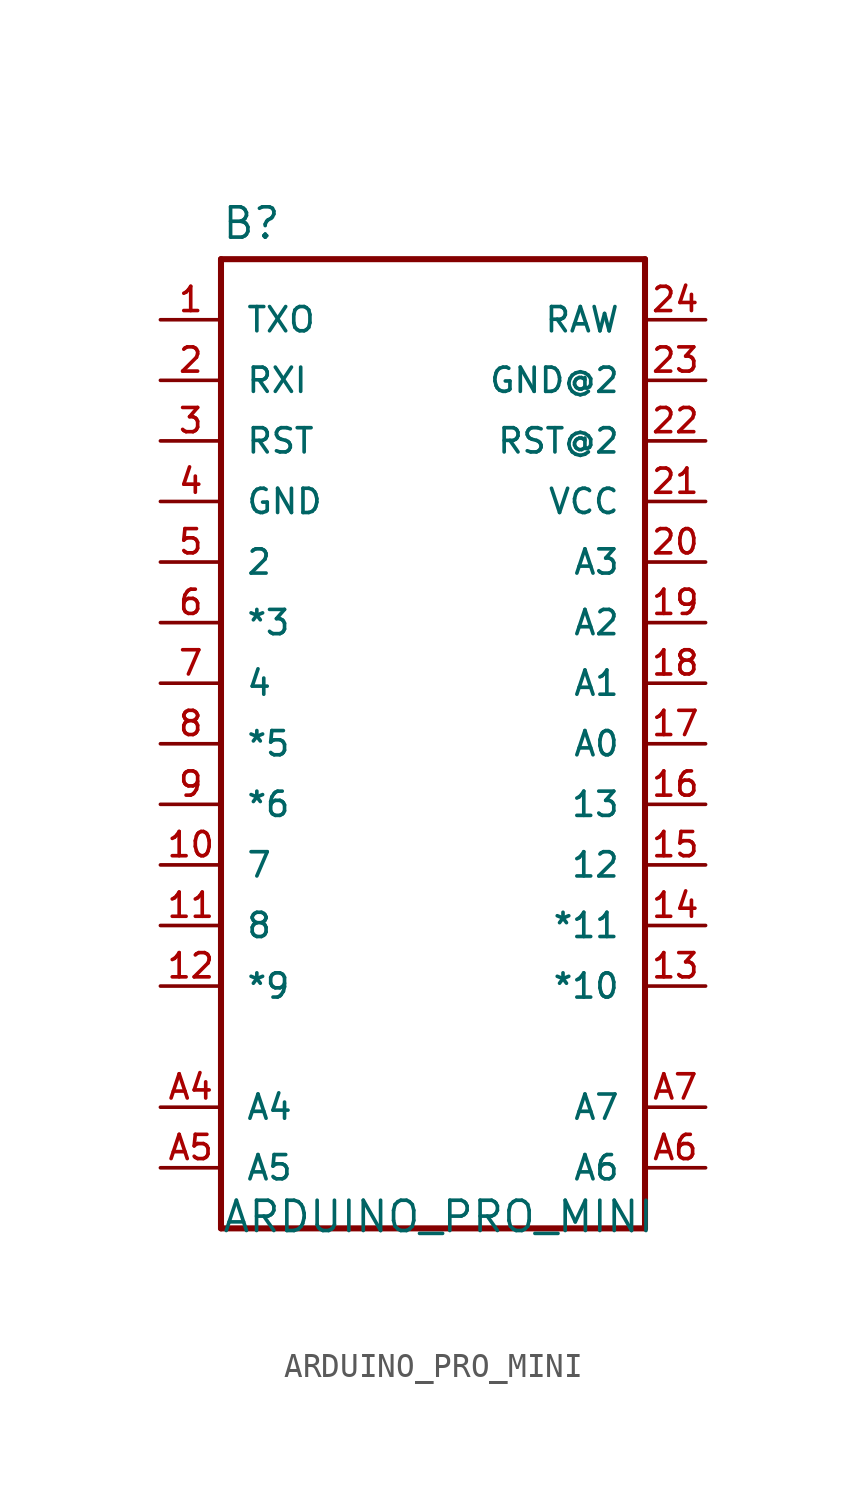
<source format=kicad_sym>
(kicad_symbol_lib
  (version 20211014)
  (generator kicad_symbol_editor)
  (symbol "ARDUINO_PRO_MINI"
    (pin_names
      (offset 1.016))
    (property "Reference" "B"
      (at -7.62 21.082 0)
      (effects (font (size 1.27 1.27)) (justify left bottom)))
    (property "Value" "ARDUINO_PRO_MINI"
      (at -7.62 -20.574 0)
      (effects (font (size 1.27 1.27)) (justify left bottom)))
    (property "ki_locked" ""
      (at 0 0 0)
      (effects (font (size 1.27 1.27))))
    (symbol "ARDUINO_PRO_MINI_0_0"
      (polyline (pts (xy -7.62 -20.32) (xy 10.16 -20.32)) (stroke (width 0.254) (type default) (color 0 0 0 0)) (fill (type none)))
      (polyline (pts (xy -7.62 20.32) (xy -7.62 -20.32)) (stroke (width 0.254) (type default) (color 0 0 0 0)) (fill (type none)))
      (polyline (pts (xy 10.16 -20.32) (xy 10.16 20.32)) (stroke (width 0.254) (type default) (color 0 0 0 0)) (fill (type none)))
      (polyline (pts (xy 10.16 20.32) (xy -7.62 20.32)) (stroke (width 0.254) (type default) (color 0 0 0 0)) (fill (type none)))
      (pin bidirectional line (at -10.16 17.78 0) (length 2.54) (name "TXO" (effects (font (size 1.016 1.016)))) (number "1" (effects (font (size 1.016 1.016)))))
      (pin bidirectional line (at -10.16 -5.08 0) (length 2.54) (name "7" (effects (font (size 1.016 1.016)))) (number "10" (effects (font (size 1.016 1.016)))))
      (pin bidirectional line (at -10.16 -7.62 0) (length 2.54) (name "8" (effects (font (size 1.016 1.016)))) (number "11" (effects (font (size 1.016 1.016)))))
      (pin bidirectional line (at -10.16 -10.16 0) (length 2.54) (name "*9" (effects (font (size 1.016 1.016)))) (number "12" (effects (font (size 1.016 1.016)))))
      (pin bidirectional line (at 12.7 -10.16 180) (length 2.54) (name "*10" (effects (font (size 1.016 1.016)))) (number "13" (effects (font (size 1.016 1.016)))))
      (pin bidirectional line (at 12.7 -7.62 180) (length 2.54) (name "*11" (effects (font (size 1.016 1.016)))) (number "14" (effects (font (size 1.016 1.016)))))
      (pin bidirectional line (at 12.7 -5.08 180) (length 2.54) (name "12" (effects (font (size 1.016 1.016)))) (number "15" (effects (font (size 1.016 1.016)))))
      (pin bidirectional line (at 12.7 -2.54 180) (length 2.54) (name "13" (effects (font (size 1.016 1.016)))) (number "16" (effects (font (size 1.016 1.016)))))
      (pin bidirectional line (at 12.7 0 180) (length 2.54) (name "A0" (effects (font (size 1.016 1.016)))) (number "17" (effects (font (size 1.016 1.016)))))
      (pin bidirectional line (at 12.7 2.54 180) (length 2.54) (name "A1" (effects (font (size 1.016 1.016)))) (number "18" (effects (font (size 1.016 1.016)))))
      (pin bidirectional line (at 12.7 5.08 180) (length 2.54) (name "A2" (effects (font (size 1.016 1.016)))) (number "19" (effects (font (size 1.016 1.016)))))
      (pin bidirectional line (at -10.16 15.24 0) (length 2.54) (name "RXI" (effects (font (size 1.016 1.016)))) (number "2" (effects (font (size 1.016 1.016)))))
      (pin bidirectional line (at 12.7 7.62 180) (length 2.54) (name "A3" (effects (font (size 1.016 1.016)))) (number "20" (effects (font (size 1.016 1.016)))))
      (pin power_in line (at 12.7 10.16 180) (length 2.54) (name "VCC" (effects (font (size 1.016 1.016)))) (number "21" (effects (font (size 1.016 1.016)))))
      (pin bidirectional line (at 12.7 12.7 180) (length 2.54) (name "RST@2" (effects (font (size 1.016 1.016)))) (number "22" (effects (font (size 1.016 1.016)))))
      (pin power_in line (at 12.7 15.24 180) (length 2.54) (name "GND@2" (effects (font (size 1.016 1.016)))) (number "23" (effects (font (size 1.016 1.016)))))
      (pin power_in line (at 12.7 17.78 180) (length 2.54) (name "RAW" (effects (font (size 1.016 1.016)))) (number "24" (effects (font (size 1.016 1.016)))))
      (pin bidirectional line (at -10.16 12.7 0) (length 2.54) (name "RST" (effects (font (size 1.016 1.016)))) (number "3" (effects (font (size 1.016 1.016)))))
      (pin power_in line (at -10.16 10.16 0) (length 2.54) (name "GND" (effects (font (size 1.016 1.016)))) (number "4" (effects (font (size 1.016 1.016)))))
      (pin bidirectional line (at -10.16 7.62 0) (length 2.54) (name "2" (effects (font (size 1.016 1.016)))) (number "5" (effects (font (size 1.016 1.016)))))
      (pin bidirectional line (at -10.16 5.08 0) (length 2.54) (name "*3" (effects (font (size 1.016 1.016)))) (number "6" (effects (font (size 1.016 1.016)))))
      (pin bidirectional line (at -10.16 2.54 0) (length 2.54) (name "4" (effects (font (size 1.016 1.016)))) (number "7" (effects (font (size 1.016 1.016)))))
      (pin bidirectional line (at -10.16 0 0) (length 2.54) (name "*5" (effects (font (size 1.016 1.016)))) (number "8" (effects (font (size 1.016 1.016)))))
      (pin bidirectional line (at -10.16 -2.54 0) (length 2.54) (name "*6" (effects (font (size 1.016 1.016)))) (number "9" (effects (font (size 1.016 1.016)))))
      (pin bidirectional line (at -10.16 -15.24 0) (length 2.54) (name "A4" (effects (font (size 1.016 1.016)))) (number "A4" (effects (font (size 1.016 1.016)))))
      (pin bidirectional line (at -10.16 -17.78 0) (length 2.54) (name "A5" (effects (font (size 1.016 1.016)))) (number "A5" (effects (font (size 1.016 1.016)))))
      (pin bidirectional line (at 12.7 -17.78 180) (length 2.54) (name "A6" (effects (font (size 1.016 1.016)))) (number "A6" (effects (font (size 1.016 1.016)))))
      (pin bidirectional line (at 12.7 -15.24 180) (length 2.54) (name "A7" (effects (font (size 1.016 1.016)))) (number "A7" (effects (font (size 1.016 1.016))))))))
</source>
